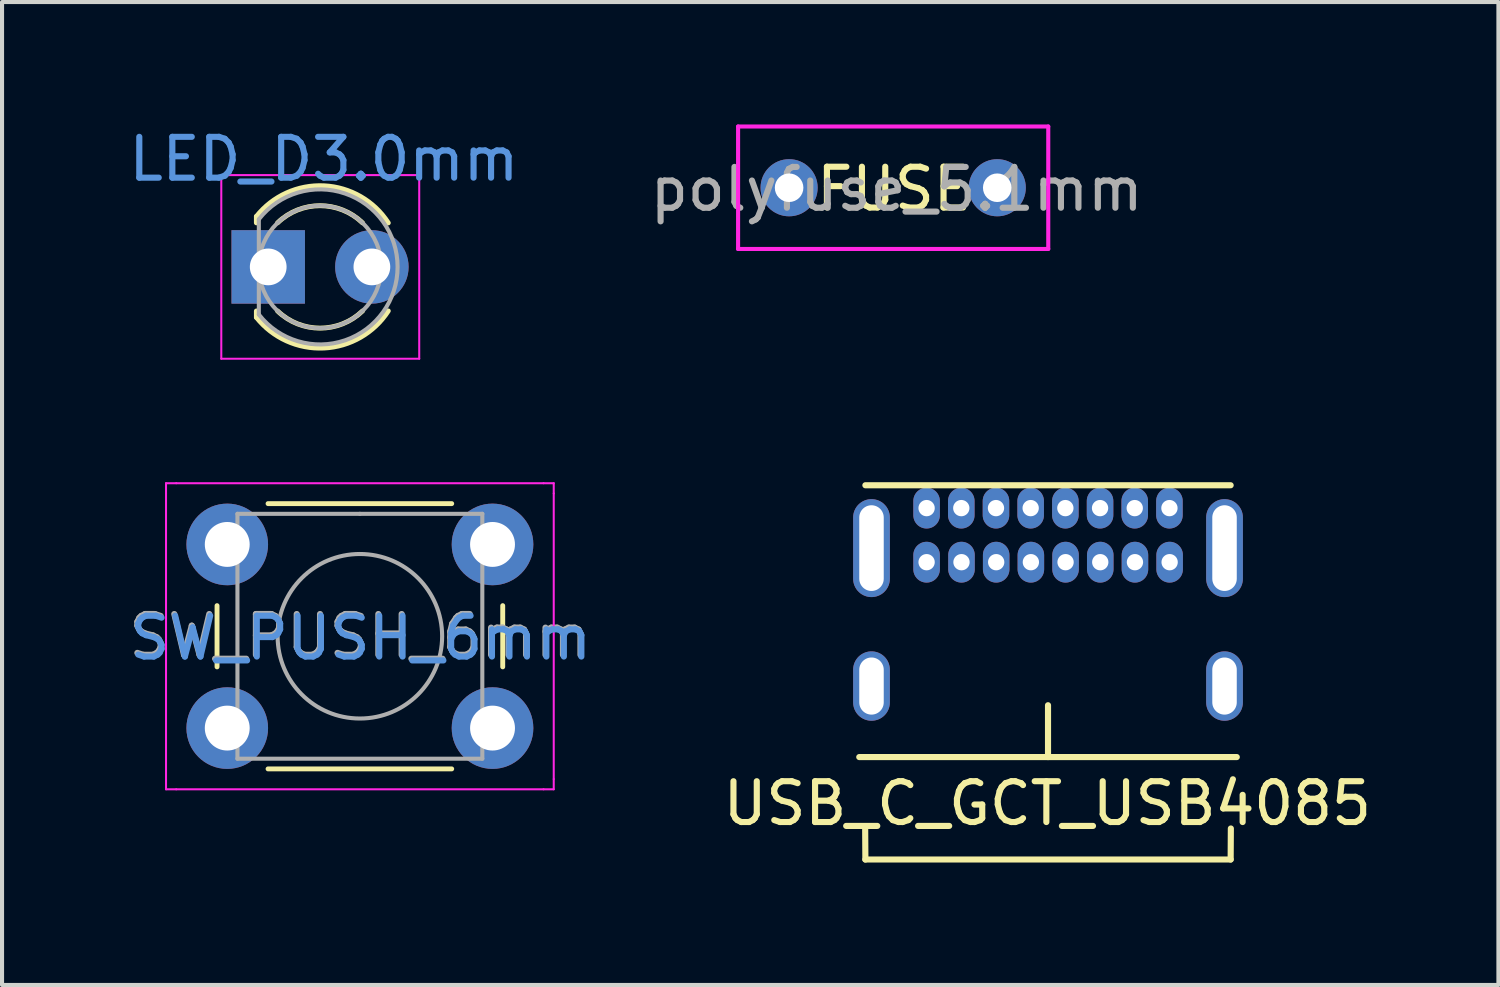
<source format=kicad_pcb>
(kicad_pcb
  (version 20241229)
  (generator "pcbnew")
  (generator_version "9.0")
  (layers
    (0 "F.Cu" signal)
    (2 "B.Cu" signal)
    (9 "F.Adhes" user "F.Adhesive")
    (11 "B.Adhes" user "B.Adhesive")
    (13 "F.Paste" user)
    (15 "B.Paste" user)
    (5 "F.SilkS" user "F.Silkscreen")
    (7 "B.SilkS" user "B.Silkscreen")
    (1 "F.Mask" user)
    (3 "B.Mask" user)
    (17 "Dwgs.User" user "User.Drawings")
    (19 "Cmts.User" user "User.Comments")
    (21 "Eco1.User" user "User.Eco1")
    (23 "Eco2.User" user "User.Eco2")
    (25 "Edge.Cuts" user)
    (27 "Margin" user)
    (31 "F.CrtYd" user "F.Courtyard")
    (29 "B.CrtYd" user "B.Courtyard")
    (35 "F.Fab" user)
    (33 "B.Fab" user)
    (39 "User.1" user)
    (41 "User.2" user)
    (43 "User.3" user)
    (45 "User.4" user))
  (footprint "LED_D3.0mm"
    (layer "F.Cu")
    (at 3.522 3.49)
    (property "Reference" "LED_D3.0mm" (at 1.365 -2.642 0) (layer "Cmts.User") (effects (font (size 1 1) (thickness 0.15))))
    (attr through_hole)
    (fp_line (start -0.29 -1.236) (end -0.29 -1.08) (stroke (width 0.12) (type solid)) (layer "F.SilkS"))
    (fp_line (start -0.29 1.08) (end -0.29 1.236) (stroke (width 0.12) (type solid)) (layer "F.SilkS"))
    (fp_arc (start -0.29 -1.235516) (mid 1.366487 -1.987659) (end 2.942335 -1.078608) (stroke (width 0.12) (type solid)) (layer "F.SilkS"))
    (fp_arc (start 0.229039 -1.08) (mid 1.270117 -1.5) (end 2.31113 -1.079837) (stroke (width 0.12) (type solid)) (layer "F.SilkS"))
    (fp_arc (start 2.31113 1.079837) (mid 1.270117 1.5) (end 0.229039 1.08) (stroke (width 0.12) (type solid)) (layer "F.SilkS"))
    (fp_arc (start 2.942335 1.078608) (mid 1.366487 1.987659) (end -0.29 1.235516) (stroke (width 0.12) (type solid)) (layer "F.SilkS"))
    (fp_line (start -1.15 -2.25) (end -1.15 2.25) (stroke (width 0.05) (type solid)) (layer "F.CrtYd"))
    (fp_line (start -1.15 2.25) (end 3.7 2.25) (stroke (width 0.05) (type solid)) (layer "F.CrtYd"))
    (fp_line (start 3.7 -2.25) (end -1.15 -2.25) (stroke (width 0.05) (type solid)) (layer "F.CrtYd"))
    (fp_line (start 3.7 2.25) (end 3.7 -2.25) (stroke (width 0.05) (type solid)) (layer "F.CrtYd"))
    (fp_line (start -0.23 -1.166) (end -0.23 1.166) (stroke (width 0.1) (type solid)) (layer "F.Fab"))
    (fp_arc (start -0.23 -1.16619) (mid 3.17 0.000452) (end -0.230555 1.165476) (stroke (width 0.1) (type solid)) (layer "F.Fab"))
    (fp_circle (center 1.27 0) (end 2.77 0) (stroke (width 0.1) (type solid)) (fill no) (layer "F.Fab"))
    (pad "1" thru_hole rect (at 0 0) (size 1.8 1.8) (drill 0.9) (layers "*.Cu" "*.Mask"))
    (pad "2" thru_hole circle (at 2.54 0) (size 1.8 1.8) (drill 0.9) (layers "*.Cu" "*.Mask")))
  (footprint "SW_PUSH_6mm"
    (layer "F.Cu")
    (at 2.518 10.29)
    (property "Reference" "SW_PUSH_6mm" (at 3.272 2.292 0) (layer "Cmts.User") (effects (font (size 1 1) (thickness 0.15))))
    (attr through_hole)
    (fp_line (start -0.25 1.5) (end -0.25 3) (stroke (width 0.12) (type solid)) (layer "F.SilkS"))
    (fp_line (start 1 5.5) (end 5.5 5.5) (stroke (width 0.12) (type solid)) (layer "F.SilkS"))
    (fp_line (start 5.5 -1) (end 1 -1) (stroke (width 0.12) (type solid)) (layer "F.SilkS"))
    (fp_line (start 6.75 3) (end 6.75 1.5) (stroke (width 0.12) (type solid)) (layer "F.SilkS"))
    (fp_line (start -1.5 -1.5) (end -1.25 -1.5) (stroke (width 0.05) (type solid)) (layer "F.CrtYd"))
    (fp_line (start -1.5 -1.25) (end -1.5 -1.5) (stroke (width 0.05) (type solid)) (layer "F.CrtYd"))
    (fp_line (start -1.5 5.75) (end -1.5 -1.25) (stroke (width 0.05) (type solid)) (layer "F.CrtYd"))
    (fp_line (start -1.5 5.75) (end -1.5 6) (stroke (width 0.05) (type solid)) (layer "F.CrtYd"))
    (fp_line (start -1.5 6) (end -1.25 6) (stroke (width 0.05) (type solid)) (layer "F.CrtYd"))
    (fp_line (start -1.25 -1.5) (end 7.75 -1.5) (stroke (width 0.05) (type solid)) (layer "F.CrtYd"))
    (fp_line (start 7.75 -1.5) (end 8 -1.5) (stroke (width 0.05) (type solid)) (layer "F.CrtYd"))
    (fp_line (start 7.75 6) (end -1.25 6) (stroke (width 0.05) (type solid)) (layer "F.CrtYd"))
    (fp_line (start 7.75 6) (end 8 6) (stroke (width 0.05) (type solid)) (layer "F.CrtYd"))
    (fp_line (start 8 -1.5) (end 8 -1.25) (stroke (width 0.05) (type solid)) (layer "F.CrtYd"))
    (fp_line (start 8 -1.25) (end 8 5.75) (stroke (width 0.05) (type solid)) (layer "F.CrtYd"))
    (fp_line (start 8 6) (end 8 5.75) (stroke (width 0.05) (type solid)) (layer "F.CrtYd"))
    (fp_line (start 0.25 -0.75) (end 3.25 -0.75) (stroke (width 0.1) (type solid)) (layer "F.Fab"))
    (fp_line (start 0.25 5.25) (end 0.25 -0.75) (stroke (width 0.1) (type solid)) (layer "F.Fab"))
    (fp_line (start 3.25 -0.75) (end 6.25 -0.75) (stroke (width 0.1) (type solid)) (layer "F.Fab"))
    (fp_line (start 6.25 -0.75) (end 6.25 5.25) (stroke (width 0.1) (type solid)) (layer "F.Fab"))
    (fp_line (start 6.25 5.25) (end 0.25 5.25) (stroke (width 0.1) (type solid)) (layer "F.Fab"))
    (fp_circle (center 3.25 2.25) (end 1.25 2.5) (stroke (width 0.1) (type solid)) (fill no) (layer "F.Fab"))
    (fp_text user "${REFERENCE}" (at 3.25 2.25 0) (layer "F.Fab") (effects (font (size 1 1) (thickness 0.15))))
    (pad "1" thru_hole circle (at 0 0 90) (size 2 2) (drill 1.1) (layers "*.Cu" "*.Mask"))
    (pad "1" thru_hole circle (at 6.5 0 90) (size 2 2) (drill 1.1) (layers "*.Cu" "*.Mask"))
    (pad "2" thru_hole circle (at 0 4.5 90) (size 2 2) (drill 1.1) (layers "*.Cu" "*.Mask"))
    (pad "2" thru_hole circle (at 6.5 4.5 90) (size 2 2) (drill 1.1) (layers "*.Cu" "*.Mask")))
  (footprint "polyfuse_5.1mm"
    (layer "F.Cu")
    (at 18.835 1.55)
    (property "Reference" "polyfuse_5.1mm" (at 0.087 0.035 0) (layer "F.Fab") (effects (font (size 1 1) (thickness 0.15))))
    (attr through_hole)
    (fp_line (start -3.8 -1.5) (end 3.8 -1.5) (stroke (width 0.1) (type solid)) (layer "F.CrtYd"))
    (fp_line (start -3.8 1.5) (end -3.8 -1.5) (stroke (width 0.1) (type solid)) (layer "F.CrtYd"))
    (fp_line (start 3.8 -1.5) (end 3.8 1.5) (stroke (width 0.1) (type solid)) (layer "F.CrtYd"))
    (fp_line (start 3.8 1.5) (end -3.8 1.5) (stroke (width 0.1) (type solid)) (layer "F.CrtYd"))
    (fp_text user "FUSE" (at 0.02 0.03 0) (layer "F.SilkS") (effects (font (size 1 1) (thickness 0.15))))
    (pad "1" thru_hole circle (at -2.55 0) (size 1.4 1.4) (drill 0.7) (layers "*.Cu" "*.Mask"))
    (pad "2" thru_hole circle (at 2.55 0) (size 1.4 1.4) (drill 0.7) (layers "*.Cu" "*.Mask")))
  (footprint "USB_C_GCT_USB4085"
    (layer "F.Cu")
    (at 22.629 15.5)
    (property "Reference" "USB_C_GCT_USB4085" (at -0.017 1.137 0) (layer "F.SilkS") (effects (font (size 1 1) (thickness 0.15))))
    (attr through_hole)
    (fp_line (start -4.625 0) (end 4.625 0) (stroke (width 0.15) (type solid)) (layer "F.SilkS"))
    (fp_line (start -4.475 -6.66) (end 4.475 -6.66) (stroke (width 0.15) (type solid)) (layer "F.SilkS"))
    (fp_line (start -4.475 2.51) (end -4.48 1.75) (stroke (width 0.15) (type solid)) (layer "F.SilkS"))
    (fp_line (start -4.475 2.51) (end 4.475 2.51) (stroke (width 0.15) (type solid)) (layer "F.SilkS"))
    (fp_line (start 0 0) (end 0 -1.27) (stroke (width 0.15) (type solid)) (layer "F.SilkS"))
    (fp_line (start 4.48 1.75) (end 4.475 2.51) (stroke (width 0.15) (type solid)) (layer "F.SilkS"))
    (pad "A1" thru_hole oval (at -2.975 -6.1) (size 0.65 1) (drill 0.4) (layers "*.Cu" "*.Mask"))
    (pad "A4" thru_hole oval (at -2.125 -6.1) (size 0.65 1) (drill 0.4) (layers "*.Cu" "*.Mask"))
    (pad "A5" thru_hole oval (at -1.275 -6.1) (size 0.65 1) (drill 0.4) (layers "*.Cu" "*.Mask"))
    (pad "A6" thru_hole oval (at -0.425 -6.1) (size 0.65 1) (drill 0.4) (layers "*.Cu" "*.Mask"))
    (pad "A7" thru_hole oval (at 0.425 -6.1) (size 0.65 1) (drill 0.4) (layers "*.Cu" "*.Mask"))
    (pad "A8" thru_hole oval (at 1.275 -6.1) (size 0.65 1) (drill 0.4) (layers "*.Cu" "*.Mask"))
    (pad "A9" thru_hole oval (at 2.125 -6.1) (size 0.65 1) (drill 0.4) (layers "*.Cu" "*.Mask"))
    (pad "A12" thru_hole oval (at 2.975 -6.1) (size 0.65 1) (drill 0.4) (layers "*.Cu" "*.Mask"))
    (pad "B1" thru_hole oval (at 2.98 -4.775) (size 0.65 1) (drill 0.4) (layers "*.Cu" "*.Mask"))
    (pad "B4" thru_hole oval (at 2.13 -4.775) (size 0.65 1) (drill 0.4) (layers "*.Cu" "*.Mask"))
    (pad "B5" thru_hole oval (at 1.28 -4.775) (size 0.65 1) (drill 0.4) (layers "*.Cu" "*.Mask"))
    (pad "B6" thru_hole oval (at 0.43 -4.775) (size 0.65 1) (drill 0.4) (layers "*.Cu" "*.Mask"))
    (pad "B7" thru_hole oval (at -0.42 -4.775) (size 0.65 1) (drill 0.4) (layers "*.Cu" "*.Mask"))
    (pad "B8" thru_hole oval (at -1.27 -4.775) (size 0.65 1) (drill 0.4) (layers "*.Cu" "*.Mask"))
    (pad "B9" thru_hole oval (at -2.12 -4.775) (size 0.65 1) (drill 0.4) (layers "*.Cu" "*.Mask"))
    (pad "B12" thru_hole oval (at -2.975 -4.775) (size 0.65 1) (drill 0.4) (layers "*.Cu" "*.Mask"))
    (pad "S1" thru_hole oval (at -4.325 -5.12) (size 0.9 2.4) (drill oval 0.6 2.1) (layers "*.Cu" "*.Mask"))
    (pad "S1" thru_hole oval (at -4.325 -1.74) (size 0.9 1.7) (drill oval 0.6 1.4) (layers "*.Cu" "*.Mask"))
    (pad "S1" thru_hole oval (at 4.325 -5.12) (size 0.9 2.4) (drill oval 0.6 2.1) (layers "*.Cu" "*.Mask"))
    (pad "S1" thru_hole oval (at 4.325 -1.74) (size 0.9 1.7) (drill oval 0.6 1.4) (layers "*.Cu" "*.Mask")))
  (gr_rect
    (start -3 -3)
    (end 33.665 21.085)
    (stroke (width 0.1) (type default))
    (fill no)
    (layer "Edge.Cuts")))
</source>
